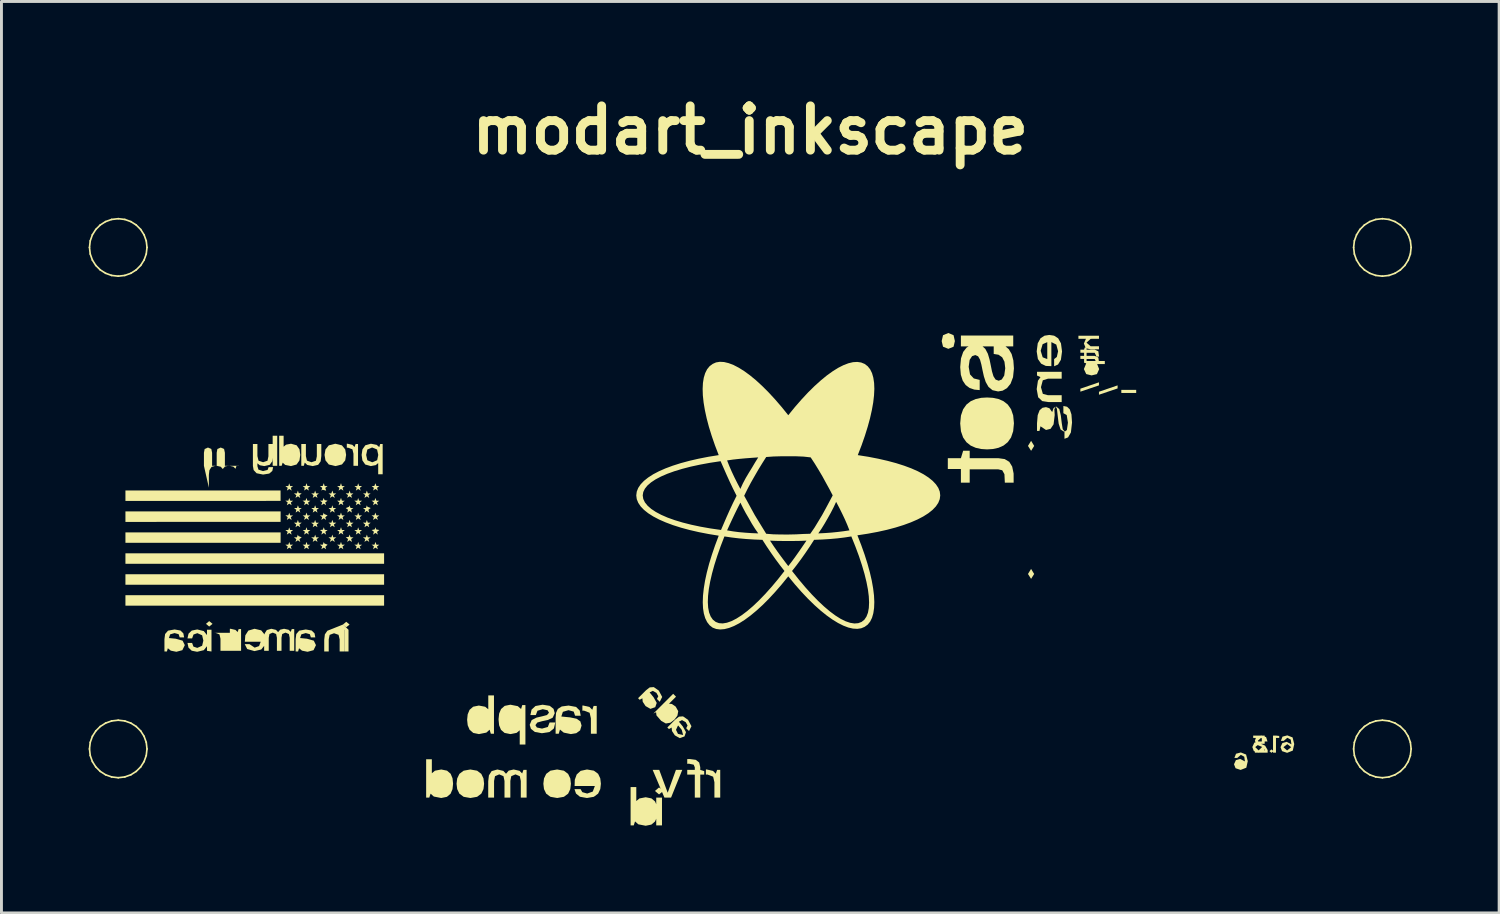
<source format=kicad_pcb>
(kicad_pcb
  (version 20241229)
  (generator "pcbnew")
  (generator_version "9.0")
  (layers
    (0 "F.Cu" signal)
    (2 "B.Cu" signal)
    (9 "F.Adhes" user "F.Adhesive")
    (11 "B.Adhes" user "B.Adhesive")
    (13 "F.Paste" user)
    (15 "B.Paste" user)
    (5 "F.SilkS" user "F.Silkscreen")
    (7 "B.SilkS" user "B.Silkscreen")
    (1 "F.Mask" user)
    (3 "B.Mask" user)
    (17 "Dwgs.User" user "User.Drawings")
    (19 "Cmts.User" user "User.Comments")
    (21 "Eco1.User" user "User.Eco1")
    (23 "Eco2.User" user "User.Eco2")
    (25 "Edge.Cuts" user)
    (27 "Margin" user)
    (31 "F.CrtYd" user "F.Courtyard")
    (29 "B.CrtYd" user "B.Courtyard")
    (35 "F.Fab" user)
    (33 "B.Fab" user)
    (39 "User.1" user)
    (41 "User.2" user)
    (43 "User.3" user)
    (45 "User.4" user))
  (footprint "modart_inkscape"
    (layer "F.Cu")
    (at 22.767 14.919)
    (property "Reference" "modart_inkscape" (at 0 -13.492 0) (layer "F.SilkS") (effects (font (size 1.524 1.524) (thickness 0.305))))
    (attr smd)
    (fp_poly (pts (xy -12.601 1.79) (xy -21.501 1.79) (xy -21.501 1.43) (xy -12.601 1.43) (xy -12.601 1.79)) (stroke (width 0) (type solid)) (fill yes) (layer "F.Mask"))
    (fp_poly (pts (xy -12.601 2.511) (xy -21.501 2.511) (xy -21.501 2.151) (xy -12.601 2.151) (xy -12.601 2.511)) (stroke (width 0) (type solid)) (fill yes) (layer "F.Mask"))
    (fp_poly (pts (xy -12.601 3.232) (xy -21.501 3.232) (xy -21.501 2.871) (xy -12.601 2.871) (xy -12.601 3.232)) (stroke (width 0) (type solid)) (fill yes) (layer "F.Mask"))
    (fp_poly (pts (xy -16.162 -0.734) (xy -16.162 -0.012) (xy -16.162 0.707) (xy -16.161 1.068) (xy -16.154 1.07) (xy -16.163 1.07) (xy -12.601 1.07) (xy -21.501 1.07) (xy -21.501 0.709) (xy -16.162 0.707) (xy -16.161 0.349) (xy -21.501 0.349) (xy -21.501 -0.011) (xy -16.162 -0.012) (xy -16.161 -0.372) (xy -21.501 -0.372) (xy -21.501 -0.732) (xy -16.162 -0.734) (xy -16.163 -1.092) (xy -21.501 -1.092) (xy -21.501 -1.453) (xy -16.161 -1.453) (xy -16.162 -0.734)) (stroke (width 0) (type solid)) (fill yes) (layer "F.Mask"))
    (fp_line (start -22.738 -9.455) (end -22.712 -9.682) (stroke (width 0.057) (type solid)) (layer "F.SilkS"))
    (fp_line (start -22.738 7.801) (end -22.712 7.574) (stroke (width 0.057) (type solid)) (layer "F.SilkS"))
    (fp_line (start -22.712 -9.682) (end -22.638 -9.89) (stroke (width 0.057) (type solid)) (layer "F.SilkS"))
    (fp_line (start -22.712 -9.228) (end -22.738 -9.455) (stroke (width 0.057) (type solid)) (layer "F.SilkS"))
    (fp_line (start -22.712 7.574) (end -22.638 7.366) (stroke (width 0.057) (type solid)) (layer "F.SilkS"))
    (fp_line (start -22.712 8.028) (end -22.738 7.801) (stroke (width 0.057) (type solid)) (layer "F.SilkS"))
    (fp_line (start -22.638 -9.89) (end -22.521 -10.074) (stroke (width 0.057) (type solid)) (layer "F.SilkS"))
    (fp_line (start -22.638 -9.02) (end -22.712 -9.228) (stroke (width 0.057) (type solid)) (layer "F.SilkS"))
    (fp_line (start -22.638 7.366) (end -22.521 7.182) (stroke (width 0.057) (type solid)) (layer "F.SilkS"))
    (fp_line (start -22.638 8.236) (end -22.712 8.028) (stroke (width 0.057) (type solid)) (layer "F.SilkS"))
    (fp_line (start -22.521 -10.074) (end -22.368 -10.227) (stroke (width 0.057) (type solid)) (layer "F.SilkS"))
    (fp_line (start -22.521 -8.836) (end -22.638 -9.02) (stroke (width 0.057) (type solid)) (layer "F.SilkS"))
    (fp_line (start -22.521 7.182) (end -22.368 7.029) (stroke (width 0.057) (type solid)) (layer "F.SilkS"))
    (fp_line (start -22.521 8.42) (end -22.638 8.236) (stroke (width 0.057) (type solid)) (layer "F.SilkS"))
    (fp_line (start -22.368 -10.227) (end -22.184 -10.344) (stroke (width 0.057) (type solid)) (layer "F.SilkS"))
    (fp_line (start -22.368 -8.683) (end -22.521 -8.836) (stroke (width 0.057) (type solid)) (layer "F.SilkS"))
    (fp_line (start -22.368 7.029) (end -22.184 6.912) (stroke (width 0.057) (type solid)) (layer "F.SilkS"))
    (fp_line (start -22.368 8.573) (end -22.521 8.42) (stroke (width 0.057) (type solid)) (layer "F.SilkS"))
    (fp_line (start -22.184 -10.344) (end -21.976 -10.418) (stroke (width 0.057) (type solid)) (layer "F.SilkS"))
    (fp_line (start -22.184 -8.566) (end -22.368 -8.683) (stroke (width 0.057) (type solid)) (layer "F.SilkS"))
    (fp_line (start -22.184 6.912) (end -21.976 6.838) (stroke (width 0.057) (type solid)) (layer "F.SilkS"))
    (fp_line (start -22.184 8.69) (end -22.368 8.573) (stroke (width 0.057) (type solid)) (layer "F.SilkS"))
    (fp_line (start -21.976 -10.418) (end -21.749 -10.444) (stroke (width 0.057) (type solid)) (layer "F.SilkS"))
    (fp_line (start -21.976 -8.492) (end -22.184 -8.566) (stroke (width 0.057) (type solid)) (layer "F.SilkS"))
    (fp_line (start -21.976 6.838) (end -21.749 6.812) (stroke (width 0.057) (type solid)) (layer "F.SilkS"))
    (fp_line (start -21.976 8.764) (end -22.184 8.69) (stroke (width 0.057) (type solid)) (layer "F.SilkS"))
    (fp_line (start -21.749 -10.444) (end -21.522 -10.418) (stroke (width 0.057) (type solid)) (layer "F.SilkS"))
    (fp_line (start -21.749 -8.466) (end -21.976 -8.492) (stroke (width 0.057) (type solid)) (layer "F.SilkS"))
    (fp_line (start -21.749 6.812) (end -21.522 6.838) (stroke (width 0.057) (type solid)) (layer "F.SilkS"))
    (fp_line (start -21.749 8.791) (end -21.976 8.764) (stroke (width 0.057) (type solid)) (layer "F.SilkS"))
    (fp_line (start -21.522 -10.418) (end -21.314 -10.344) (stroke (width 0.057) (type solid)) (layer "F.SilkS"))
    (fp_line (start -21.522 -8.492) (end -21.749 -8.466) (stroke (width 0.057) (type solid)) (layer "F.SilkS"))
    (fp_line (start -21.522 6.838) (end -21.314 6.912) (stroke (width 0.057) (type solid)) (layer "F.SilkS"))
    (fp_line (start -21.522 8.764) (end -21.749 8.791) (stroke (width 0.057) (type solid)) (layer "F.SilkS"))
    (fp_line (start -21.314 -10.344) (end -21.13 -10.227) (stroke (width 0.057) (type solid)) (layer "F.SilkS"))
    (fp_line (start -21.314 -8.566) (end -21.522 -8.492) (stroke (width 0.057) (type solid)) (layer "F.SilkS"))
    (fp_line (start -21.314 6.912) (end -21.13 7.029) (stroke (width 0.057) (type solid)) (layer "F.SilkS"))
    (fp_line (start -21.314 8.69) (end -21.522 8.764) (stroke (width 0.057) (type solid)) (layer "F.SilkS"))
    (fp_line (start -21.13 -10.227) (end -20.977 -10.074) (stroke (width 0.057) (type solid)) (layer "F.SilkS"))
    (fp_line (start -21.13 -8.683) (end -21.314 -8.566) (stroke (width 0.057) (type solid)) (layer "F.SilkS"))
    (fp_line (start -21.13 7.029) (end -20.977 7.182) (stroke (width 0.057) (type solid)) (layer "F.SilkS"))
    (fp_line (start -21.13 8.573) (end -21.314 8.69) (stroke (width 0.057) (type solid)) (layer "F.SilkS"))
    (fp_line (start -20.977 -10.074) (end -20.86 -9.89) (stroke (width 0.057) (type solid)) (layer "F.SilkS"))
    (fp_line (start -20.977 -8.836) (end -21.13 -8.683) (stroke (width 0.057) (type solid)) (layer "F.SilkS"))
    (fp_line (start -20.977 7.182) (end -20.86 7.366) (stroke (width 0.057) (type solid)) (layer "F.SilkS"))
    (fp_line (start -20.977 8.42) (end -21.13 8.573) (stroke (width 0.057) (type solid)) (layer "F.SilkS"))
    (fp_line (start -20.86 -9.89) (end -20.785 -9.682) (stroke (width 0.057) (type solid)) (layer "F.SilkS"))
    (fp_line (start -20.86 -9.02) (end -20.977 -8.836) (stroke (width 0.057) (type solid)) (layer "F.SilkS"))
    (fp_line (start -20.86 7.366) (end -20.785 7.574) (stroke (width 0.057) (type solid)) (layer "F.SilkS"))
    (fp_line (start -20.86 8.236) (end -20.977 8.42) (stroke (width 0.057) (type solid)) (layer "F.SilkS"))
    (fp_line (start -20.785 -9.682) (end -20.759 -9.455) (stroke (width 0.057) (type solid)) (layer "F.SilkS"))
    (fp_line (start -20.785 -9.228) (end -20.86 -9.02) (stroke (width 0.057) (type solid)) (layer "F.SilkS"))
    (fp_line (start -20.785 7.574) (end -20.759 7.801) (stroke (width 0.057) (type solid)) (layer "F.SilkS"))
    (fp_line (start -20.785 8.028) (end -20.86 8.236) (stroke (width 0.057) (type solid)) (layer "F.SilkS"))
    (fp_line (start -20.759 -9.455) (end -20.785 -9.228) (stroke (width 0.057) (type solid)) (layer "F.SilkS"))
    (fp_line (start -20.759 7.801) (end -20.785 8.028) (stroke (width 0.057) (type solid)) (layer "F.SilkS"))
    (fp_line (start 20.759 -9.455) (end 20.785 -9.682) (stroke (width 0.057) (type solid)) (layer "F.SilkS"))
    (fp_line (start 20.759 7.801) (end 20.785 7.574) (stroke (width 0.057) (type solid)) (layer "F.SilkS"))
    (fp_line (start 20.785 -9.682) (end 20.86 -9.89) (stroke (width 0.057) (type solid)) (layer "F.SilkS"))
    (fp_line (start 20.785 -9.228) (end 20.759 -9.455) (stroke (width 0.057) (type solid)) (layer "F.SilkS"))
    (fp_line (start 20.785 7.574) (end 20.86 7.366) (stroke (width 0.057) (type solid)) (layer "F.SilkS"))
    (fp_line (start 20.785 8.028) (end 20.759 7.801) (stroke (width 0.057) (type solid)) (layer "F.SilkS"))
    (fp_line (start 20.86 -9.89) (end 20.977 -10.074) (stroke (width 0.057) (type solid)) (layer "F.SilkS"))
    (fp_line (start 20.86 -9.02) (end 20.785 -9.228) (stroke (width 0.057) (type solid)) (layer "F.SilkS"))
    (fp_line (start 20.86 7.366) (end 20.977 7.182) (stroke (width 0.057) (type solid)) (layer "F.SilkS"))
    (fp_line (start 20.86 8.236) (end 20.785 8.028) (stroke (width 0.057) (type solid)) (layer "F.SilkS"))
    (fp_line (start 20.977 -10.074) (end 21.13 -10.227) (stroke (width 0.057) (type solid)) (layer "F.SilkS"))
    (fp_line (start 20.977 -8.836) (end 20.86 -9.02) (stroke (width 0.057) (type solid)) (layer "F.SilkS"))
    (fp_line (start 20.977 7.182) (end 21.13 7.029) (stroke (width 0.057) (type solid)) (layer "F.SilkS"))
    (fp_line (start 20.977 8.42) (end 20.86 8.236) (stroke (width 0.057) (type solid)) (layer "F.SilkS"))
    (fp_line (start 21.13 -10.227) (end 21.314 -10.344) (stroke (width 0.057) (type solid)) (layer "F.SilkS"))
    (fp_line (start 21.13 -8.683) (end 20.977 -8.836) (stroke (width 0.057) (type solid)) (layer "F.SilkS"))
    (fp_line (start 21.13 7.029) (end 21.314 6.912) (stroke (width 0.057) (type solid)) (layer "F.SilkS"))
    (fp_line (start 21.13 8.573) (end 20.977 8.42) (stroke (width 0.057) (type solid)) (layer "F.SilkS"))
    (fp_line (start 21.314 -10.344) (end 21.522 -10.418) (stroke (width 0.057) (type solid)) (layer "F.SilkS"))
    (fp_line (start 21.314 -8.566) (end 21.13 -8.683) (stroke (width 0.057) (type solid)) (layer "F.SilkS"))
    (fp_line (start 21.314 6.912) (end 21.522 6.838) (stroke (width 0.057) (type solid)) (layer "F.SilkS"))
    (fp_line (start 21.314 8.69) (end 21.13 8.573) (stroke (width 0.057) (type solid)) (layer "F.SilkS"))
    (fp_line (start 21.522 -10.418) (end 21.749 -10.444) (stroke (width 0.057) (type solid)) (layer "F.SilkS"))
    (fp_line (start 21.522 -8.492) (end 21.314 -8.566) (stroke (width 0.057) (type solid)) (layer "F.SilkS"))
    (fp_line (start 21.522 6.838) (end 21.749 6.812) (stroke (width 0.057) (type solid)) (layer "F.SilkS"))
    (fp_line (start 21.522 8.764) (end 21.314 8.69) (stroke (width 0.057) (type solid)) (layer "F.SilkS"))
    (fp_line (start 21.749 -10.444) (end 21.976 -10.418) (stroke (width 0.057) (type solid)) (layer "F.SilkS"))
    (fp_line (start 21.749 -8.466) (end 21.522 -8.492) (stroke (width 0.057) (type solid)) (layer "F.SilkS"))
    (fp_line (start 21.749 6.812) (end 21.976 6.838) (stroke (width 0.057) (type solid)) (layer "F.SilkS"))
    (fp_line (start 21.749 8.791) (end 21.522 8.764) (stroke (width 0.057) (type solid)) (layer "F.SilkS"))
    (fp_line (start 21.976 -10.418) (end 22.184 -10.344) (stroke (width 0.057) (type solid)) (layer "F.SilkS"))
    (fp_line (start 21.976 -8.492) (end 21.749 -8.466) (stroke (width 0.057) (type solid)) (layer "F.SilkS"))
    (fp_line (start 21.976 6.838) (end 22.184 6.912) (stroke (width 0.057) (type solid)) (layer "F.SilkS"))
    (fp_line (start 21.976 8.764) (end 21.749 8.791) (stroke (width 0.057) (type solid)) (layer "F.SilkS"))
    (fp_line (start 22.184 -10.344) (end 22.368 -10.227) (stroke (width 0.057) (type solid)) (layer "F.SilkS"))
    (fp_line (start 22.184 -8.566) (end 21.976 -8.492) (stroke (width 0.057) (type solid)) (layer "F.SilkS"))
    (fp_line (start 22.184 6.912) (end 22.368 7.029) (stroke (width 0.057) (type solid)) (layer "F.SilkS"))
    (fp_line (start 22.184 8.69) (end 21.976 8.764) (stroke (width 0.057) (type solid)) (layer "F.SilkS"))
    (fp_line (start 22.368 -10.227) (end 22.521 -10.074) (stroke (width 0.057) (type solid)) (layer "F.SilkS"))
    (fp_line (start 22.368 -8.683) (end 22.184 -8.566) (stroke (width 0.057) (type solid)) (layer "F.SilkS"))
    (fp_line (start 22.368 7.029) (end 22.521 7.182) (stroke (width 0.057) (type solid)) (layer "F.SilkS"))
    (fp_line (start 22.368 8.573) (end 22.184 8.69) (stroke (width 0.057) (type solid)) (layer "F.SilkS"))
    (fp_line (start 22.521 -10.074) (end 22.638 -9.89) (stroke (width 0.057) (type solid)) (layer "F.SilkS"))
    (fp_line (start 22.521 -8.836) (end 22.368 -8.683) (stroke (width 0.057) (type solid)) (layer "F.SilkS"))
    (fp_line (start 22.521 7.182) (end 22.638 7.366) (stroke (width 0.057) (type solid)) (layer "F.SilkS"))
    (fp_line (start 22.521 8.42) (end 22.368 8.573) (stroke (width 0.057) (type solid)) (layer "F.SilkS"))
    (fp_line (start 22.638 -9.89) (end 22.712 -9.682) (stroke (width 0.057) (type solid)) (layer "F.SilkS"))
    (fp_line (start 22.638 -9.02) (end 22.521 -8.836) (stroke (width 0.057) (type solid)) (layer "F.SilkS"))
    (fp_line (start 22.638 7.366) (end 22.712 7.574) (stroke (width 0.057) (type solid)) (layer "F.SilkS"))
    (fp_line (start 22.638 8.236) (end 22.521 8.42) (stroke (width 0.057) (type solid)) (layer "F.SilkS"))
    (fp_line (start 22.712 -9.682) (end 22.738 -9.455) (stroke (width 0.057) (type solid)) (layer "F.SilkS"))
    (fp_line (start 22.712 -9.228) (end 22.638 -9.02) (stroke (width 0.057) (type solid)) (layer "F.SilkS"))
    (fp_line (start 22.712 7.574) (end 22.738 7.801) (stroke (width 0.057) (type solid)) (layer "F.SilkS"))
    (fp_line (start 22.712 8.028) (end 22.638 8.236) (stroke (width 0.057) (type solid)) (layer "F.SilkS"))
    (fp_line (start 22.738 -9.455) (end 22.712 -9.228) (stroke (width 0.057) (type solid)) (layer "F.SilkS"))
    (fp_line (start 22.738 7.801) (end 22.712 8.028) (stroke (width 0.057) (type solid)) (layer "F.SilkS"))
    (fp_poly (pts (xy -15.945 -0.08) (xy -15.946 -0.081) (xy -15.945 -0.08)) (stroke (width 0) (type solid)) (fill yes) (layer "F.SilkS"))
    (fp_poly (pts (xy -15.945 0.929) (xy -15.946 0.928) (xy -15.945 0.929)) (stroke (width 0) (type solid)) (fill yes) (layer "F.SilkS"))
    (fp_poly (pts (xy -15.784 0.929) (xy -15.783 0.927) (xy -15.784 0.929)) (stroke (width 0) (type solid)) (fill yes) (layer "F.SilkS"))
    (fp_poly (pts (xy -15.054 -0.333) (xy -15.056 -0.334) (xy -15.054 -0.333)) (stroke (width 0) (type solid)) (fill yes) (layer "F.SilkS"))
    (fp_poly (pts (xy -14.384 -0.074) (xy -14.38 -0.078) (xy -14.384 -0.074)) (stroke (width 0) (type solid)) (fill yes) (layer "F.SilkS"))
    (fp_poly (pts (xy -14.082 -1.336) (xy -14.086 -1.34) (xy -14.082 -1.336)) (stroke (width 0) (type solid)) (fill yes) (layer "F.SilkS"))
    (fp_poly (pts (xy -14.082 -0.327) (xy -14.086 -0.331) (xy -14.082 -0.327)) (stroke (width 0) (type solid)) (fill yes) (layer "F.SilkS"))
    (fp_poly (pts (xy -14.082 0.682) (xy -14.086 0.678) (xy -14.082 0.682)) (stroke (width 0) (type solid)) (fill yes) (layer "F.SilkS"))
    (fp_poly (pts (xy -13.572 -0.08) (xy -13.573 -0.081) (xy -13.572 -0.08)) (stroke (width 0) (type solid)) (fill yes) (layer "F.SilkS"))
    (fp_poly (pts (xy -13.572 -1.089) (xy -13.573 -1.09) (xy -13.572 -1.089)) (stroke (width 0) (type solid)) (fill yes) (layer "F.SilkS"))
    (fp_poly (pts (xy -13.411 -0.08) (xy -13.409 -0.082) (xy -13.411 -0.08)) (stroke (width 0) (type solid)) (fill yes) (layer "F.SilkS"))
    (fp_poly (pts (xy -14.164 -0.586) (xy -14.167 -0.582) (xy -14.166 -0.588) (xy -14.164 -0.586)) (stroke (width 0) (type solid)) (fill yes) (layer "F.SilkS"))
    (fp_poly (pts (xy -16.162 -0.012) (xy -21.501 -0.011) (xy -21.501 -0.372) (xy -16.161 -0.372) (xy -16.162 -0.012)) (stroke (width 0) (type solid)) (fill yes) (layer "F.SilkS"))
    (fp_poly (pts (xy -16.162 -0.734) (xy -21.501 -0.732) (xy -21.501 -1.092) (xy -16.163 -1.092) (xy -16.162 -0.734)) (stroke (width 0) (type solid)) (fill yes) (layer "F.SilkS"))
    (fp_poly (pts (xy -16.162 0.707) (xy -21.501 0.709) (xy -21.501 0.349) (xy -16.161 0.349) (xy -16.162 0.707)) (stroke (width 0) (type solid)) (fill yes) (layer "F.SilkS"))
    (fp_poly (pts (xy -15.936 -1.095) (xy -15.947 -1.089) (xy -15.943 -1.099) (xy -15.945 -1.091) (xy -15.936 -1.095)) (stroke (width 0) (type solid)) (fill yes) (layer "F.SilkS"))
    (fp_poly (pts (xy -14.911 -0.344) (xy -14.901 -0.335) (xy -14.896 -0.343) (xy -14.894 -0.332) (xy -14.911 -0.344)) (stroke (width 0) (type solid)) (fill yes) (layer "F.SilkS"))
    (fp_poly (pts (xy -14.906 0.668) (xy -14.901 0.673) (xy -14.896 0.666) (xy -14.894 0.677) (xy -14.906 0.668)) (stroke (width 0) (type solid)) (fill yes) (layer "F.SilkS"))
    (fp_poly (pts (xy -14.31 -0.843) (xy -14.303 -0.838) (xy -14.3 -0.841) (xy -14.3 -0.835) (xy -14.31 -0.843)) (stroke (width 0) (type solid)) (fill yes) (layer "F.SilkS"))
    (fp_poly (pts (xy -14.015 -1.097) (xy -14.011 -1.093) (xy -14.005 -1.099) (xy -14.004 -1.088) (xy -14.015 -1.097)) (stroke (width 0) (type solid)) (fill yes) (layer "F.SilkS"))
    (fp_poly (pts (xy -13.419 -0.591) (xy -13.409 -0.583) (xy -13.413 -0.597) (xy -13.409 -0.582) (xy -13.419 -0.591)) (stroke (width 0) (type solid)) (fill yes) (layer "F.SilkS"))
    (fp_poly (pts (xy -13.275 -0.841) (xy -13.272 -0.838) (xy -13.266 -0.844) (xy -13.276 -0.836) (xy -13.275 -0.841)) (stroke (width 0) (type solid)) (fill yes) (layer "F.SilkS"))
    (fp_poly (pts (xy -12.601 1.43) (xy -21.501 1.43) (xy -21.501 1.07) (xy -12.601 1.07) (xy -12.601 1.43)) (stroke (width 0) (type solid)) (fill yes) (layer "F.SilkS"))
    (fp_poly (pts (xy -12.601 2.151) (xy -21.501 2.151) (xy -21.501 1.79) (xy -12.601 1.79) (xy -12.601 2.151)) (stroke (width 0) (type solid)) (fill yes) (layer "F.SilkS"))
    (fp_poly (pts (xy -12.601 2.871) (xy -21.501 2.871) (xy -21.501 2.511) (xy -12.601 2.511) (xy -12.601 2.871)) (stroke (width 0) (type solid)) (fill yes) (layer "F.SilkS"))
    (fp_poly (pts (xy -13.784 0.434) (xy -13.787 0.427) (xy -13.788 0.427) (xy -13.792 0.433) (xy -13.788 0.427) (xy -13.787 0.427) (xy -13.784 0.434)) (stroke (width 0) (type solid)) (fill yes) (layer "F.SilkS"))
    (fp_poly (pts (xy -14.545 -0.236) (xy -14.625 -0.173) (xy -14.596 -0.078) (xy -14.676 -0.135) (xy -14.761 -0.078) (xy -14.731 -0.174) (xy -14.811 -0.236) (xy -14.71 -0.237) (xy -14.676 -0.331) (xy -14.66 -0.281) (xy -14.545 -0.236)) (stroke (width 0) (type solid)) (fill yes) (layer "F.SilkS"))
    (fp_poly (pts (xy -13.545 0.328) (xy -13.625 0.268) (xy -13.522 0.268) (xy -13.494 0.175) (xy -13.46 0.268) (xy -13.358 0.269) (xy -13.438 0.332) (xy -13.409 0.425) (xy -13.492 0.37) (xy -13.574 0.425) (xy -13.545 0.328)) (stroke (width 0) (type solid)) (fill yes) (layer "F.SilkS"))
    (fp_poly (pts (xy -13.061 -0.488) (xy -13.142 -0.429) (xy -13.112 -0.33) (xy -13.2 -0.388) (xy -13.277 -0.332) (xy -13.248 -0.427) (xy -13.328 -0.488) (xy -13.226 -0.489) (xy -13.193 -0.583) (xy -13.177 -0.534) (xy -13.061 -0.488)) (stroke (width 0) (type solid)) (fill yes) (layer "F.SilkS"))
    (fp_poly (pts (xy -15.437 0.016) (xy -15.515 0.079) (xy -15.485 0.174) (xy -15.57 0.117) (xy -15.651 0.172) (xy -15.622 0.079) (xy -15.69 0.027) (xy -15.699 0.016) (xy -15.6 0.016) (xy -15.567 -0.079) (xy -15.534 0.016) (xy -15.437 0.016)) (stroke (width 0) (type solid)) (fill yes) (layer "F.SilkS"))
    (fp_poly (pts (xy -15.435 -0.488) (xy -15.516 -0.429) (xy -15.485 -0.33) (xy -15.566 -0.387) (xy -15.637 -0.338) (xy -15.643 -0.335) (xy -15.621 -0.427) (xy -15.701 -0.488) (xy -15.599 -0.489) (xy -15.566 -0.583) (xy -15.531 -0.491) (xy -15.435 -0.488)) (stroke (width 0) (type solid)) (fill yes) (layer "F.SilkS"))
    (fp_poly (pts (xy -15.272 0.37) (xy -15.354 0.426) (xy -15.325 0.327) (xy -15.402 0.268) (xy -15.303 0.268) (xy -15.272 0.173) (xy -15.24 0.268) (xy -15.139 0.268) (xy -15.177 0.3) (xy -15.218 0.332) (xy -15.19 0.425) (xy -15.272 0.37)) (stroke (width 0) (type solid)) (fill yes) (layer "F.SilkS"))
    (fp_poly (pts (xy -14.544 -0.74) (xy -14.626 -0.682) (xy -14.596 -0.582) (xy -14.676 -0.639) (xy -14.761 -0.583) (xy -14.731 -0.683) (xy -14.81 -0.741) (xy -14.717 -0.741) (xy -14.677 -0.836) (xy -14.66 -0.786) (xy -14.652 -0.762) (xy -14.544 -0.74)) (stroke (width 0) (type solid)) (fill yes) (layer "F.SilkS"))
    (fp_poly (pts (xy -14.248 -0.488) (xy -14.329 -0.428) (xy -14.299 -0.332) (xy -14.343 -0.361) (xy -14.382 -0.387) (xy -14.464 -0.331) (xy -14.435 -0.424) (xy -14.514 -0.488) (xy -14.413 -0.489) (xy -14.382 -0.583) (xy -14.35 -0.489) (xy -14.248 -0.488)) (stroke (width 0) (type solid)) (fill yes) (layer "F.SilkS"))
    (fp_poly (pts (xy -13.654 -0.488) (xy -13.736 -0.43) (xy -13.706 -0.332) (xy -13.79 -0.387) (xy -13.871 -0.331) (xy -13.841 -0.43) (xy -13.883 -0.457) (xy -13.921 -0.488) (xy -13.806 -0.533) (xy -13.79 -0.583) (xy -13.756 -0.489) (xy -13.654 -0.488)) (stroke (width 0) (type solid)) (fill yes) (layer "F.SilkS"))
    (fp_poly (pts (xy -13.358 0.774) (xy -13.439 0.833) (xy -13.409 0.93) (xy -13.424 0.922) (xy -13.492 0.874) (xy -13.574 0.93) (xy -13.545 0.834) (xy -13.623 0.773) (xy -13.524 0.773) (xy -13.49 0.679) (xy -13.459 0.773) (xy -13.358 0.774)) (stroke (width 0) (type solid)) (fill yes) (layer "F.SilkS"))
    (fp_poly (pts (xy -13.062 0.521) (xy -13.143 0.58) (xy -13.112 0.679) (xy -13.152 0.65) (xy -13.193 0.622) (xy -13.277 0.676) (xy -13.248 0.585) (xy -13.327 0.521) (xy -13.226 0.52) (xy -13.193 0.426) (xy -13.162 0.52) (xy -13.062 0.521)) (stroke (width 0) (type solid)) (fill yes) (layer "F.SilkS"))
    (fp_poly (pts (xy -15.945 -0.08) (xy -15.946 -0.081) (xy -15.918 -0.176) (xy -15.997 -0.236) (xy -15.897 -0.237) (xy -15.865 -0.327) (xy -15.832 -0.236) (xy -15.731 -0.235) (xy -15.811 -0.176) (xy -15.782 -0.079) (xy -15.798 -0.086) (xy -15.865 -0.135) (xy -15.945 -0.08)) (stroke (width 0) (type solid)) (fill yes) (layer "F.SilkS"))
    (fp_poly (pts (xy -15.731 -0.74) (xy -15.811 -0.677) (xy -15.782 -0.583) (xy -15.865 -0.639) (xy -15.947 -0.584) (xy -15.918 -0.681) (xy -15.998 -0.741) (xy -15.896 -0.741) (xy -15.865 -0.833) (xy -15.862 -0.83) (xy -15.847 -0.788) (xy -15.833 -0.741) (xy -15.731 -0.74)) (stroke (width 0) (type solid)) (fill yes) (layer "F.SilkS"))
    (fp_poly (pts (xy -15.436 -0.992) (xy -15.514 -0.93) (xy -15.486 -0.834) (xy -15.566 -0.892) (xy -15.65 -0.838) (xy -15.621 -0.93) (xy -15.681 -0.975) (xy -15.691 -0.981) (xy -15.699 -0.993) (xy -15.6 -0.993) (xy -15.567 -1.088) (xy -15.539 -1.003) (xy -15.436 -0.992)) (stroke (width 0) (type solid)) (fill yes) (layer "F.SilkS"))
    (fp_poly (pts (xy -15.435 0.521) (xy -15.516 0.58) (xy -15.485 0.679) (xy -15.566 0.622) (xy -15.608 0.65) (xy -15.65 0.676) (xy -15.621 0.585) (xy -15.701 0.521) (xy -15.6 0.52) (xy -15.576 0.446) (xy -15.566 0.426) (xy -15.55 0.475) (xy -15.435 0.521)) (stroke (width 0) (type solid)) (fill yes) (layer "F.SilkS"))
    (fp_poly (pts (xy -15.177 -0.708) (xy -15.217 -0.677) (xy -15.189 -0.585) (xy -15.272 -0.639) (xy -15.312 -0.611) (xy -15.354 -0.583) (xy -15.324 -0.682) (xy -15.405 -0.741) (xy -15.304 -0.746) (xy -15.272 -0.836) (xy -15.24 -0.741) (xy -15.138 -0.74) (xy -15.177 -0.708)) (stroke (width 0) (type solid)) (fill yes) (layer "F.SilkS"))
    (fp_poly (pts (xy -14.645 -1.245) (xy -14.545 -1.245) (xy -14.625 -1.182) (xy -14.594 -1.087) (xy -14.717 -1.118) (xy -14.735 -1.103) (xy -14.759 -1.089) (xy -14.731 -1.183) (xy -14.81 -1.244) (xy -14.71 -1.249) (xy -14.684 -1.326) (xy -14.675 -1.34) (xy -14.645 -1.245)) (stroke (width 0) (type solid)) (fill yes) (layer "F.SilkS"))
    (fp_poly (pts (xy -14.545 0.773) (xy -14.622 0.845) (xy -14.61 0.882) (xy -14.595 0.931) (xy -14.676 0.874) (xy -14.718 0.902) (xy -14.76 0.929) (xy -14.731 0.835) (xy -14.811 0.773) (xy -14.71 0.772) (xy -14.676 0.678) (xy -14.66 0.728) (xy -14.545 0.773)) (stroke (width 0) (type solid)) (fill yes) (layer "F.SilkS"))
    (fp_poly (pts (xy -14.248 0.521) (xy -14.329 0.581) (xy -14.299 0.677) (xy -14.316 0.669) (xy -14.324 0.662) (xy -14.382 0.622) (xy -14.464 0.678) (xy -14.434 0.58) (xy -14.515 0.521) (xy -14.413 0.52) (xy -14.382 0.426) (xy -14.349 0.52) (xy -14.248 0.521)) (stroke (width 0) (type solid)) (fill yes) (layer "F.SilkS"))
    (fp_poly (pts (xy -13.735 -0.93) (xy -13.706 -0.837) (xy -13.79 -0.891) (xy -13.87 -0.838) (xy -13.842 -0.935) (xy -13.882 -0.961) (xy -13.9 -0.975) (xy -13.919 -0.993) (xy -13.82 -0.994) (xy -13.787 -1.089) (xy -13.755 -0.993) (xy -13.656 -0.993) (xy -13.735 -0.93)) (stroke (width 0) (type solid)) (fill yes) (layer "F.SilkS"))
    (fp_poly (pts (xy -13.413 -0.597) (xy -13.409 -0.583) (xy -13.419 -0.591) (xy -13.492 -0.639) (xy -13.574 -0.584) (xy -13.545 -0.677) (xy -13.625 -0.741) (xy -13.522 -0.741) (xy -13.494 -0.834) (xy -13.46 -0.741) (xy -13.358 -0.74) (xy -13.438 -0.677) (xy -13.413 -0.597)) (stroke (width 0) (type solid)) (fill yes) (layer "F.SilkS"))
    (fp_poly (pts (xy -13.409 -0.082) (xy -13.411 -0.08) (xy -13.492 -0.135) (xy -13.572 -0.08) (xy -13.573 -0.081) (xy -13.544 -0.176) (xy -13.624 -0.236) (xy -13.524 -0.236) (xy -13.494 -0.328) (xy -13.459 -0.236) (xy -13.359 -0.236) (xy -13.439 -0.175) (xy -13.409 -0.082)) (stroke (width 0) (type solid)) (fill yes) (layer "F.SilkS"))
    (fp_poly (pts (xy -13.266 -0.844) (xy -13.272 -0.838) (xy -13.275 -0.841) (xy -13.248 -0.932) (xy -13.326 -0.993) (xy -13.227 -0.993) (xy -13.194 -1.088) (xy -13.16 -0.993) (xy -13.062 -0.992) (xy -13.142 -0.934) (xy -13.113 -0.834) (xy -13.193 -0.892) (xy -13.266 -0.844)) (stroke (width 0) (type solid)) (fill yes) (layer "F.SilkS"))
    (fp_poly (pts (xy -12.865 -1.246) (xy -12.765 -1.245) (xy -12.844 -1.183) (xy -12.815 -1.089) (xy -12.83 -1.094) (xy -12.899 -1.144) (xy -12.979 -1.09) (xy -12.951 -1.183) (xy -13.03 -1.245) (xy -12.937 -1.247) (xy -12.9 -1.34) (xy -12.882 -1.295) (xy -12.865 -1.246)) (stroke (width 0) (type solid)) (fill yes) (layer "F.SilkS"))
    (fp_poly (pts (xy -12.765 -0.74) (xy -12.846 -0.683) (xy -12.816 -0.585) (xy -12.842 -0.6) (xy -12.86 -0.614) (xy -12.9 -0.64) (xy -12.981 -0.583) (xy -12.951 -0.682) (xy -13.032 -0.74) (xy -12.932 -0.745) (xy -12.899 -0.836) (xy -12.867 -0.741) (xy -12.765 -0.74)) (stroke (width 0) (type solid)) (fill yes) (layer "F.SilkS"))
    (fp_poly (pts (xy -12.765 -0.235) (xy -12.845 -0.174) (xy -12.816 -0.08) (xy -12.83 -0.086) (xy -12.857 -0.107) (xy -12.895 -0.134) (xy -12.981 -0.078) (xy -12.952 -0.175) (xy -13.031 -0.236) (xy -12.935 -0.239) (xy -12.9 -0.331) (xy -12.866 -0.236) (xy -12.765 -0.235)) (stroke (width 0) (type solid)) (fill yes) (layer "F.SilkS"))
    (fp_poly (pts (xy -15.731 0.269) (xy -15.811 0.332) (xy -15.782 0.426) (xy -15.865 0.37) (xy -15.905 0.397) (xy -15.948 0.425) (xy -15.918 0.332) (xy -15.998 0.268) (xy -15.896 0.268) (xy -15.881 0.221) (xy -15.874 0.199) (xy -15.865 0.178) (xy -15.833 0.268) (xy -15.731 0.269)) (stroke (width 0) (type solid)) (fill yes) (layer "F.SilkS"))
    (fp_poly (pts (xy -14.896 0.666) (xy -14.901 0.673) (xy -14.906 0.668) (xy -14.943 0.643) (xy -14.974 0.622) (xy -15.057 0.677) (xy -15.028 0.581) (xy -15.108 0.521) (xy -15.006 0.52) (xy -14.972 0.428) (xy -14.942 0.52) (xy -14.841 0.521) (xy -14.922 0.58) (xy -14.896 0.666)) (stroke (width 0) (type solid)) (fill yes) (layer "F.SilkS"))
    (fp_poly (pts (xy -14.882 -0.961) (xy -14.921 -0.93) (xy -14.892 -0.836) (xy -14.974 -0.892) (xy -15.057 -0.836) (xy -15.028 -0.93) (xy -15.066 -0.961) (xy -15.088 -0.975) (xy -15.106 -0.993) (xy -15.007 -0.993) (xy -14.974 -1.087) (xy -14.941 -0.993) (xy -14.843 -0.992) (xy -14.882 -0.961)) (stroke (width 0) (type solid)) (fill yes) (layer "F.SilkS"))
    (fp_poly (pts (xy -14.384 -0.074) (xy -14.38 -0.078) (xy -14.348 0.016) (xy -14.25 0.016) (xy -14.256 0.025) (xy -14.328 0.079) (xy -14.299 0.173) (xy -14.382 0.117) (xy -14.464 0.173) (xy -14.435 0.079) (xy -14.474 0.048) (xy -14.513 0.016) (xy -14.414 0.016) (xy -14.384 -0.074)) (stroke (width 0) (type solid)) (fill yes) (layer "F.SilkS"))
    (fp_poly (pts (xy -14.138 0.328) (xy -14.217 0.268) (xy -14.116 0.268) (xy -14.089 0.183) (xy -14.082 0.175) (xy -14.052 0.268) (xy -13.954 0.268) (xy -13.993 0.302) (xy -14.032 0.328) (xy -14.002 0.426) (xy -14.084 0.37) (xy -14.125 0.397) (xy -14.167 0.425) (xy -14.138 0.328)) (stroke (width 0) (type solid)) (fill yes) (layer "F.SilkS"))
    (fp_poly (pts (xy -14.082 0.682) (xy -14.052 0.773) (xy -13.952 0.773) (xy -14.032 0.833) (xy -14.003 0.931) (xy -14.084 0.874) (xy -14.107 0.889) (xy -14.164 0.928) (xy -14.167 0.929) (xy -14.138 0.833) (xy -14.217 0.773) (xy -14.117 0.772) (xy -14.086 0.678) (xy -14.082 0.682)) (stroke (width 0) (type solid)) (fill yes) (layer "F.SilkS"))
    (fp_poly (pts (xy -12.895 0.369) (xy -12.94 0.398) (xy -12.971 0.422) (xy -12.98 0.426) (xy -12.965 0.376) (xy -12.951 0.327) (xy -13.032 0.268) (xy -12.923 0.247) (xy -12.899 0.173) (xy -12.872 0.248) (xy -12.765 0.268) (xy -12.845 0.332) (xy -12.815 0.426) (xy -12.895 0.369)) (stroke (width 0) (type solid)) (fill yes) (layer "F.SilkS"))
    (fp_poly (pts (xy -12.765 0.774) (xy -12.845 0.835) (xy -12.816 0.929) (xy -12.832 0.921) (xy -12.84 0.914) (xy -12.899 0.874) (xy -12.981 0.931) (xy -12.951 0.832) (xy -13.031 0.773) (xy -12.93 0.773) (xy -12.9 0.678) (xy -12.881 0.726) (xy -12.865 0.773) (xy -12.765 0.774)) (stroke (width 0) (type solid)) (fill yes) (layer "F.SilkS"))
    (fp_poly (pts (xy -15.783 0.927) (xy -15.784 0.929) (xy -15.865 0.874) (xy -15.904 0.901) (xy -15.945 0.929) (xy -15.946 0.928) (xy -15.917 0.833) (xy -15.957 0.805) (xy -15.997 0.773) (xy -15.897 0.772) (xy -15.863 0.679) (xy -15.832 0.773) (xy -15.732 0.773) (xy -15.812 0.833) (xy -15.783 0.927)) (stroke (width 0) (type solid)) (fill yes) (layer "F.SilkS"))
    (fp_poly (pts (xy -15.218 0.835) (xy -15.189 0.929) (xy -15.205 0.921) (xy -15.272 0.874) (xy -15.352 0.927) (xy -15.337 0.876) (xy -15.326 0.842) (xy -15.368 0.803) (xy -15.404 0.773) (xy -15.303 0.773) (xy -15.273 0.678) (xy -15.262 0.702) (xy -15.239 0.773) (xy -15.138 0.774) (xy -15.218 0.835)) (stroke (width 0) (type solid)) (fill yes) (layer "F.SilkS"))
    (fp_poly (pts (xy -15.138 -0.235) (xy -15.218 -0.174) (xy -15.189 -0.08) (xy -15.205 -0.087) (xy -15.214 -0.094) (xy -15.272 -0.135) (xy -15.331 -0.093) (xy -15.352 -0.081) (xy -15.325 -0.175) (xy -15.404 -0.236) (xy -15.304 -0.236) (xy -15.273 -0.331) (xy -15.254 -0.283) (xy -15.239 -0.236) (xy -15.138 -0.235)) (stroke (width 0) (type solid)) (fill yes) (layer "F.SilkS"))
    (fp_poly (pts (xy -14.896 -0.343) (xy -14.901 -0.335) (xy -14.911 -0.344) (xy -14.975 -0.388) (xy -15.054 -0.333) (xy -15.056 -0.334) (xy -15.028 -0.428) (xy -15.108 -0.488) (xy -15.006 -0.489) (xy -14.981 -0.568) (xy -14.971 -0.578) (xy -14.941 -0.489) (xy -14.841 -0.487) (xy -14.922 -0.428) (xy -14.896 -0.343)) (stroke (width 0) (type solid)) (fill yes) (layer "F.SilkS"))
    (fp_poly (pts (xy -14.164 -0.586) (xy -14.166 -0.588) (xy -14.138 -0.681) (xy -14.176 -0.707) (xy -14.214 -0.741) (xy -14.12 -0.742) (xy -14.089 -0.825) (xy -14.082 -0.834) (xy -14.053 -0.741) (xy -13.951 -0.74) (xy -14.032 -0.681) (xy -14.003 -0.585) (xy -14.045 -0.613) (xy -14.084 -0.639) (xy -14.164 -0.586)) (stroke (width 0) (type solid)) (fill yes) (layer "F.SilkS"))
    (fp_poly (pts (xy -14.082 -1.336) (xy -14.052 -1.245) (xy -13.952 -1.245) (xy -14.031 -1.183) (xy -14.005 -1.099) (xy -14.011 -1.093) (xy -14.015 -1.097) (xy -14.084 -1.144) (xy -14.167 -1.088) (xy -14.137 -1.184) (xy -14.177 -1.213) (xy -14.217 -1.244) (xy -14.117 -1.246) (xy -14.086 -1.34) (xy -14.082 -1.336)) (stroke (width 0) (type solid)) (fill yes) (layer "F.SilkS"))
    (fp_poly (pts (xy -14.082 -0.327) (xy -14.052 -0.236) (xy -13.952 -0.236) (xy -13.958 -0.229) (xy -13.972 -0.218) (xy -13.992 -0.205) (xy -14.029 -0.176) (xy -14.003 -0.078) (xy -14.084 -0.135) (xy -14.167 -0.08) (xy -14.138 -0.175) (xy -14.218 -0.236) (xy -14.117 -0.237) (xy -14.086 -0.331) (xy -14.082 -0.327)) (stroke (width 0) (type solid)) (fill yes) (layer "F.SilkS"))
    (fp_poly (pts (xy -13.784 0.434) (xy -13.754 0.517) (xy -13.655 0.521) (xy -13.736 0.579) (xy -13.705 0.679) (xy -13.79 0.622) (xy -13.871 0.678) (xy -13.841 0.579) (xy -13.92 0.52) (xy -13.813 0.5) (xy -13.807 0.479) (xy -13.792 0.433) (xy -13.788 0.427) (xy -13.787 0.427) (xy -13.784 0.434)) (stroke (width 0) (type solid)) (fill yes) (layer "F.SilkS"))
    (fp_poly (pts (xy -13.572 -1.089) (xy -13.573 -1.09) (xy -13.543 -1.185) (xy -13.623 -1.245) (xy -13.524 -1.245) (xy -13.493 -1.339) (xy -13.459 -1.246) (xy -13.359 -1.245) (xy -13.378 -1.229) (xy -13.437 -1.183) (xy -13.408 -1.088) (xy -13.422 -1.094) (xy -13.452 -1.117) (xy -13.492 -1.144) (xy -13.572 -1.089)) (stroke (width 0) (type solid)) (fill yes) (layer "F.SilkS"))
    (fp_poly (pts (xy -15.936 -1.095) (xy -15.945 -1.091) (xy -15.943 -1.099) (xy -15.917 -1.183) (xy -15.958 -1.213) (xy -15.985 -1.234) (xy -15.997 -1.245) (xy -15.897 -1.245) (xy -15.866 -1.339) (xy -15.832 -1.245) (xy -15.732 -1.245) (xy -15.751 -1.229) (xy -15.81 -1.183) (xy -15.781 -1.088) (xy -15.865 -1.144) (xy -15.936 -1.095)) (stroke (width 0) (type solid)) (fill yes) (layer "F.SilkS"))
    (fp_poly (pts (xy -14.3 -0.841) (xy -14.303 -0.838) (xy -14.31 -0.843) (xy -14.382 -0.892) (xy -14.464 -0.836) (xy -14.435 -0.93) (xy -14.513 -0.993) (xy -14.415 -0.993) (xy -14.384 -1.087) (xy -14.375 -1.075) (xy -14.371 -1.063) (xy -14.348 -0.993) (xy -14.249 -0.993) (xy -14.256 -0.984) (xy -14.328 -0.93) (xy -14.3 -0.841)) (stroke (width 0) (type solid)) (fill yes) (layer "F.SilkS"))
    (fp_poly (pts (xy -14.843 0.017) (xy -14.881 0.049) (xy -14.921 0.079) (xy -14.892 0.173) (xy -14.935 0.145) (xy -14.974 0.118) (xy -15.016 0.147) (xy -15.057 0.173) (xy -15.029 0.076) (xy -15.098 0.027) (xy -15.106 0.016) (xy -15.008 0.016) (xy -14.984 -0.054) (xy -14.975 -0.072) (xy -14.972 -0.075) (xy -14.941 0.016) (xy -14.843 0.017)) (stroke (width 0) (type solid)) (fill yes) (layer "F.SilkS"))
    (fp_poly (pts (xy -13.657 0.016) (xy -13.663 0.025) (xy -13.697 0.049) (xy -13.735 0.079) (xy -13.707 0.172) (xy -13.73 0.157) (xy -13.79 0.118) (xy -13.829 0.145) (xy -13.87 0.171) (xy -13.842 0.079) (xy -13.919 0.016) (xy -13.82 0.015) (xy -13.791 -0.078) (xy -13.782 -0.068) (xy -13.778 -0.055) (xy -13.755 0.016) (xy -13.657 0.016)) (stroke (width 0) (type solid)) (fill yes) (layer "F.SilkS"))
    (fp_poly (pts (xy -13.324 0.021) (xy -13.319 0.024) (xy -13.312 0.03) (xy -13.307 0.033) (xy -13.3 0.038) (xy -13.295 0.042) (xy -13.293 0.045) (xy -13.295 0.042) (xy -13.3 0.038) (xy -13.307 0.033) (xy -13.312 0.03) (xy -13.319 0.024) (xy -13.324 0.021) (xy -13.325 0.017) (xy -13.227 0.016) (xy -13.312 0.016) (xy -13.324 0.021)) (stroke (width 0) (type solid)) (fill yes) (layer "F.SilkS"))
    (fp_poly (pts (xy -15.238 -1.246) (xy -15.138 -1.245) (xy -15.217 -1.183) (xy -15.188 -1.089) (xy -15.229 -1.116) (xy -15.25 -1.128) (xy -15.254 -1.132) (xy -15.257 -1.134) (xy -15.272 -1.144) (xy -15.352 -1.09) (xy -15.327 -1.186) (xy -15.383 -1.228) (xy -15.404 -1.245) (xy -15.304 -1.245) (xy -15.273 -1.339) (xy -15.267 -1.332) (xy -15.263 -1.32) (xy -15.238 -1.246)) (stroke (width 0) (type solid)) (fill yes) (layer "F.SilkS"))
    (fp_poly (pts (xy -14.6 0.426) (xy -14.605 0.421) (xy -14.61 0.417) (xy -14.62 0.41) (xy -14.676 0.37) (xy -14.761 0.425) (xy -14.731 0.326) (xy -14.81 0.268) (xy -14.706 0.257) (xy -14.703 0.245) (xy -14.677 0.173) (xy -14.643 0.264) (xy -14.544 0.269) (xy -14.583 0.298) (xy -14.624 0.327) (xy -14.61 0.376) (xy -14.595 0.42) (xy -14.6 0.426)) (stroke (width 0) (type solid)) (fill yes) (layer "F.SilkS"))
    (fp_poly (pts (xy -13.293 0.045) (xy -13.295 0.042) (xy -13.3 0.038) (xy -13.307 0.033) (xy -13.312 0.03) (xy -13.319 0.024) (xy -13.324 0.021) (xy -13.312 0.016) (xy -13.227 0.016) (xy -13.194 -0.079) (xy -13.16 0.016) (xy -13.064 0.016) (xy -13.085 0.036) (xy -13.141 0.079) (xy -13.113 0.174) (xy -13.193 0.117) (xy -13.234 0.144) (xy -13.277 0.172) (xy -13.248 0.079) (xy -13.293 0.045)) (stroke (width 0) (type solid)) (fill yes) (layer "F.SilkS"))
    (fp_poly (pts (xy -2.855 7.062) (xy -2.495 7.009) (xy -2.557 7.144) (xy -2.489 7.283) (xy -2.312 7.321) (xy -2.359 7.145) (xy -2.48 6.994) (xy -2.495 7.009) (xy -2.855 7.062) (xy -2.612 6.794) (xy -2.752 6.899) (xy -2.906 6.925) (xy -3.064 6.836) (xy -3.228 6.648) (xy -3.243 6.537) (xy -3.334 6.583) (xy -3.319 6.568) (xy -2.655 5.904) (xy -2.556 6.003) (xy -2.798 6.245) (xy -2.7 6.254) (xy -2.569 6.343) (xy -2.48 6.501) (xy -2.507 6.654) (xy -2.612 6.794) (xy -2.855 7.062) (xy -3.604 6.326) (xy -3.702 6.177) (xy -3.714 6.058) (xy -3.807 6.11) (xy -3.862 6.055) (xy -3.588 5.782) (xy -3.461 5.683) (xy -3.322 5.673) (xy -3.15 5.792) (xy -3.032 6.012) (xy -3.116 6.179) (xy -3.213 6.081) (xy -3.166 5.987) (xy -3.231 5.871) (xy -3.357 5.802) (xy -3.465 5.856) (xy -3.329 6.022) (xy -3.22 6.217) (xy -3.271 6.364) (xy -3.437 6.422) (xy -3.604 6.326) (xy -2.855 7.062) (xy -2.581 6.789) (xy -2.454 6.69) (xy -2.315 6.68) (xy -2.143 6.799) (xy -2.025 7.019) (xy -2.109 7.186) (xy -2.206 7.088) (xy -2.159 6.994) (xy -2.224 6.878) (xy -2.35 6.809) (xy -2.458 6.863) (xy -2.322 7.029) (xy -2.213 7.223) (xy -2.264 7.371) (xy -2.43 7.429) (xy -2.597 7.333) (xy -2.695 7.184) (xy -2.707 7.065) (xy -2.8 7.117) (xy -2.855 7.062)) (stroke (width 0) (type solid)) (fill yes) (layer "F.SilkS"))
    (fp_poly (pts (xy 11.997 -5.948) (xy 11.571 -6.011) (xy 11.571 -5.938) (xy 11.85 -5.938) (xy 11.975 -5.882) (xy 12.001 -5.698) (xy 11.915 -5.698) (xy 11.85 -5.829) (xy 11.571 -5.829) (xy 11.571 -5.698) (xy 11.485 -5.698) (xy 11.485 -5.832) (xy 11.357 -5.832) (xy 11.357 -5.938) (xy 11.485 -5.938) (xy 11.507 -6.011) (xy 11.571 -6.011) (xy 11.997 -5.948) (xy 12.198 -5.547) (xy 12.198 -5.442) (xy 11.934 -5.442) (xy 12.004 -5.268) (xy 11.926 -5.096) (xy 11.742 -5.052) (xy 11.558 -5.098) (xy 11.478 -5.27) (xy 11.558 -5.467) (xy 11.485 -5.489) (xy 11.485 -5.547) (xy 12.198 -5.547) (xy 11.997 -5.948) (xy 12.638 -4.709) (xy 12.638 -4.604) (xy 11.997 -4.387) (xy 11.997 -4.49) (xy 12.638 -4.709) (xy 11.997 -5.948) (xy 12.766 -4.554) (xy 13.278 -4.554) (xy 13.278 -4.448) (xy 12.766 -4.448) (xy 12.766 -4.554) (xy 11.997 -5.948) (xy 11.72 -5.948) (xy 11.544 -5.986) (xy 11.507 -5.798) (xy 11.571 -5.798) (xy 11.571 -5.725) (xy 11.85 -5.725) (xy 11.975 -5.668) (xy 12.001 -5.485) (xy 11.915 -5.485) (xy 11.85 -5.616) (xy 11.571 -5.616) (xy 11.571 -5.485) (xy 11.485 -5.485) (xy 11.485 -5.619) (xy 11.357 -5.619) (xy 11.357 -5.725) (xy 11.485 -5.725) (xy 11.507 -5.798) (xy 11.544 -5.986) (xy 11.478 -6.149) (xy 11.549 -6.312) (xy 11.29 -6.312) (xy 11.357 -4.492) (xy 11.357 -4.595) (xy 11.997 -4.814) (xy 11.997 -4.709) (xy 11.357 -4.492) (xy 11.29 -6.312) (xy 11.29 -6.417) (xy 11.997 -6.417) (xy 11.997 -6.312) (xy 11.71 -6.31) (xy 11.568 -6.179) (xy 11.71 -6.054) (xy 11.997 -6.054) (xy 11.997 -5.948)) (stroke (width 0) (type solid)) (fill yes) (layer "F.SilkS"))
    (fp_poly (pts (xy 18.243 7.74) (xy 18.342 7.74) (xy 18.47 7.853) (xy 18.61 7.74) (xy 18.478 7.636) (xy 18.342 7.74) (xy 18.243 7.74) (xy 18.199 7.354) (xy 18.199 7.423) (xy 18.087 7.423) (xy 18.087 7.929) (xy 17.986 7.929) (xy 17.986 7.341) (xy 18.084 7.341) (xy 18.199 7.354) (xy 18.243 7.74) (xy 18.309 7.597) (xy 18.455 7.557) (xy 18.619 7.642) (xy 18.596 7.48) (xy 18.478 7.417) (xy 18.355 7.523) (xy 18.256 7.523) (xy 18.312 7.378) (xy 18.478 7.334) (xy 17.58 7.334) (xy 17.748 7.394) (xy 17.796 7.544) (xy 17.697 7.544) (xy 17.577 7.417) (xy 17.46 7.523) (xy 17.552 7.616) (xy 17.714 7.688) (xy 17.801 7.84) (xy 17.801 7.929) (xy 17.361 7.929) (xy 17.361 7.846) (xy 17.704 7.846) (xy 17.704 7.835) (xy 17.617 7.736) (xy 17.454 7.666) (xy 17.36 7.528) (xy 17.406 7.389) (xy 17.58 7.334) (xy 18.478 7.334) (xy 17.699 7.341) (xy 17.699 7.624) (xy 17.517 7.624) (xy 17.373 7.736) (xy 17.49 7.852) (xy 17.618 7.727) (xy 17.717 7.727) (xy 17.665 7.875) (xy 17.493 7.935) (xy 17.325 7.875) (xy 17.274 7.736) (xy 17.274 7.736) (xy 17.343 7.584) (xy 17.489 7.544) (xy 17.6 7.544) (xy 17.6 7.423) (xy 17.304 7.423) (xy 17.303 7.341) (xy 17.699 7.341) (xy 18.478 7.334) (xy 18.659 7.405) (xy 18.716 7.634) (xy 18.666 7.858) (xy 18.471 7.935) (xy 17.932 7.935) (xy 17.862 7.876) (xy 17.932 7.817) (xy 18.003 7.876) (xy 17.932 7.935) (xy 18.471 7.935) (xy 17.059 7.993) (xy 17.117 8.222) (xy 17.067 8.446) (xy 16.871 8.523) (xy 16.697 8.465) (xy 16.643 8.328) (xy 16.709 8.185) (xy 16.855 8.145) (xy 17.019 8.23) (xy 16.996 8.068) (xy 16.878 8.005) (xy 16.756 8.111) (xy 16.656 8.111) (xy 16.713 7.966) (xy 16.878 7.922) (xy 17.059 7.993) (xy 18.471 7.935) (xy 18.297 7.877) (xy 18.243 7.74)) (stroke (width 0) (type solid)) (fill yes) (layer "F.SilkS"))
    (fp_poly (pts (xy 10.454 -5.366) (xy 9.865 -5.175) (xy 10.714 -5.175) (xy 10.714 -4.939) (xy 10.242 -4.939) (xy 10.064 -4.883) (xy 10.001 -4.646) (xy 10.065 -4.418) (xy 10.242 -4.37) (xy 10.714 -4.37) (xy 10.714 -4.135) (xy 10.257 -4.135) (xy 10.045 -4.168) (xy 9.905 -4.299) (xy 9.854 -4.58) (xy 9.897 -4.869) (xy 9.985 -4.994) (xy 9.865 -5.047) (xy 9.865 -5.175) (xy 10.454 -5.366) (xy 10.454 -5.614) (xy 10.547 -5.686) (xy 10.59 -5.884) (xy 10.529 -6.112) (xy 10.359 -6.198) (xy 10.218 -5.614) (xy 10.218 -6.196) (xy 10.058 -6.126) (xy 9.991 -5.899) (xy 10.06 -5.675) (xy 10.215 -5.614) (xy 10.215 -5.614) (xy 10.217 -5.614) (xy 10.218 -5.614) (xy 10.359 -6.198) (xy 10.359 -5.37) (xy 10.168 -5.378) (xy 10.007 -5.456) (xy 9.895 -5.617) (xy 9.554 -2.626) (xy 9.662 -2.801) (xy 9.768 -2.626) (xy 9.662 -2.457) (xy 9.554 -2.626) (xy 9.895 -5.617) (xy 9.854 -5.877) (xy 9.661 1.606) (xy 9.767 1.781) (xy 9.661 1.949) (xy 9.554 1.781) (xy 9.661 1.606) (xy 9.854 -5.877) (xy 9.89 -6.156) (xy 9.986 -6.33) (xy 10.124 -6.419) (xy 10.288 -6.444) (xy 10.452 -6.419) (xy 10.592 -6.33) (xy 10.689 -6.156) (xy 10.992 -3.884) (xy 11.05 -3.709) (xy 11.07 -3.429) (xy 11.031 -3.089) (xy 10.933 -2.918) (xy 10.81 -2.871) (xy 10.81 -3.106) (xy 10.676 -3.19) (xy 10.61 -3.392) (xy 10.58 -3.637) (xy 10.55 -3.902) (xy 10.508 -3.98) (xy 10.462 -3.885) (xy 10.474 -3.688) (xy 10.435 -3.368) (xy 10.331 -3.214) (xy 10.175 -3.174) (xy 9.985 -3.301) (xy 9.95 -3.141) (xy 9.865 -3.141) (xy 9.865 -3.405) (xy 9.889 -3.684) (xy 9.955 -3.854) (xy 10.053 -3.938) (xy 10.174 -3.96) (xy 10.292 -3.923) (xy 10.387 -3.79) (xy 10.435 -3.929) (xy 10.522 -3.982) (xy 10.632 -3.893) (xy 10.684 -3.676) (xy 10.716 -3.414) (xy 10.75 -3.201) (xy 10.82 -3.117) (xy 10.893 -3.173) (xy 10.929 -3.425) (xy 10.887 -3.689) (xy 10.772 -3.752) (xy 10.772 -4) (xy 10.898 -3.974) (xy 10.992 -3.884) (xy 10.689 -6.156) (xy 10.726 -5.875) (xy 10.687 -5.589) (xy 10.588 -5.427) (xy 10.454 -5.366)) (stroke (width 0) (type solid)) (fill yes) (layer "F.SilkS"))
    (fp_poly (pts (xy 6.814 -5.966) (xy 7.246 -6.05) (xy 7.246 -6.423) (xy 9.047 -6.423) (xy 9.047 -6.05) (xy 7.246 -6.05) (xy 6.814 -5.966) (xy 7.308 -4.872) (xy 7.244 -5.075) (xy 7.222 -5.337) (xy 7.249 -5.637) (xy 7.325 -5.86) (xy 7.443 -6.011) (xy 7.595 -6.097) (xy 7.774 -6.124) (xy 7.957 -6.081) (xy 8.086 -5.965) (xy 8.174 -5.797) (xy 8.233 -5.597) (xy 8.276 -5.388) (xy 8.316 -5.19) (xy 8.366 -5.023) (xy 8.439 -4.909) (xy 8.547 -4.869) (xy 8.653 -4.912) (xy 8.737 -5.046) (xy 8.772 -5.298) (xy 8.745 -5.523) (xy 8.666 -5.676) (xy 8.541 -5.763) (xy 8.375 -5.79) (xy 8.375 -6.159) (xy 8.585 -6.137) (xy 8.759 -6.069) (xy 8.895 -5.953) (xy 8.992 -5.787) (xy 9.051 -5.567) (xy 9.071 -5.291) (xy 9.04 -4.99) (xy 8.955 -4.766) (xy 8.832 -4.614) (xy 8.684 -4.527) (xy 8.526 -4.5) (xy 8.333 -4.543) (xy 8.195 -4.658) (xy 8.1 -4.824) (xy 8.036 -5.022) (xy 7.99 -5.23) (xy 7.95 -5.427) (xy 7.904 -5.594) (xy 7.838 -5.709) (xy 7.742 -5.752) (xy 7.631 -5.714) (xy 7.547 -5.586) (xy 7.514 -5.347) (xy 7.56 -5.087) (xy 7.69 -4.947) (xy 7.893 -4.897) (xy 7.893 -4.546) (xy 7.706 -4.564) (xy 7.543 -4.621) (xy 7.409 -4.722) (xy 7.308 -4.872) (xy 6.814 -5.966) (xy 7.248 -3.129) (xy 7.222 -3.399) (xy 7.248 -3.671) (xy 7.322 -3.885) (xy 7.436 -4.047) (xy 7.583 -4.163) (xy 7.756 -4.239) (xy 7.946 -4.28) (xy 8.146 -4.292) (xy 8.348 -4.28) (xy 8.539 -4.24) (xy 8.711 -4.165) (xy 8.858 -4.05) (xy 8.972 -3.888) (xy 9.045 -3.675) (xy 9.071 -3.403) (xy 9.045 -3.132) (xy 8.972 -2.917) (xy 8.859 -2.755) (xy 8.713 -2.638) (xy 8.54 -2.561) (xy 8.349 -2.519) (xy 8.146 -2.506) (xy 7.946 -2.519) (xy 7.756 -2.561) (xy 7.583 -2.637) (xy 7.436 -2.754) (xy 7.322 -2.916) (xy 7.248 -3.129) (xy 6.814 -5.966) (xy 6.796 -2.204) (xy 7.246 -2.204) (xy 7.324 -2.46) (xy 7.549 -2.46) (xy 7.549 -2.204) (xy 8.53 -2.204) (xy 8.752 -2.173) (xy 8.911 -2.078) (xy 9.011 -1.914) (xy 9.06 -1.676) (xy 9.061 -1.36) (xy 8.758 -1.36) (xy 8.744 -1.653) (xy 8.668 -1.788) (xy 8.53 -1.82) (xy 7.549 -1.82) (xy 7.549 -1.36) (xy 7.246 -1.36) (xy 7.246 -1.831) (xy 6.796 -1.831) (xy 6.796 -2.204) (xy 6.814 -5.966) (xy 6.631 -6.039) (xy 6.585 -6.233) (xy 6.631 -6.435) (xy 6.814 -6.511) (xy 6.994 -6.435) (xy 7.039 -6.233) (xy 6.994 -6.039) (xy 6.814 -5.966)) (stroke (width 0) (type solid)) (fill yes) (layer "F.SilkS"))
    (fp_poly (pts (xy -13.374 -2.315) (xy -13.218 -2.315) (xy -13.178 -2.132) (xy -13.009 -2.062) (xy -12.839 -2.134) (xy -12.802 -2.315) (xy -12.842 -2.502) (xy -13.013 -2.572) (xy -13.178 -2.501) (xy -13.218 -2.315) (xy -13.374 -2.315) (xy -13.498 -2.691) (xy -13.498 -1.942) (xy -13.655 -1.942) (xy -13.655 -2.358) (xy -13.69 -2.507) (xy -13.842 -2.565) (xy -13.884 -2.562) (xy -13.884 -2.701) (xy -13.859 -2.701) (xy -13.693 -2.663) (xy -13.618 -2.587) (xy -13.581 -2.691) (xy -13.498 -2.691) (xy -13.374 -2.315) (xy -13.346 -2.506) (xy -13.247 -2.647) (xy -13.055 -2.701) (xy -16.058 -2.976) (xy -16.058 -2.599) (xy -15.974 -2.669) (xy -15.803 -2.701) (xy -15.61 -2.647) (xy -15.512 -2.507) (xy -15.485 -2.317) (xy -15.513 -2.126) (xy -15.612 -1.986) (xy -15.805 -1.932) (xy -16.004 -1.972) (xy -16.091 -2.049) (xy -16.126 -1.942) (xy -16.211 -1.942) (xy -16.211 -2.976) (xy -16.058 -2.976) (xy -13.055 -2.701) (xy -12.855 -2.662) (xy -12.767 -2.584) (xy -12.735 -2.691) (xy -12.65 -2.691) (xy -12.65 -1.65) (xy -16.765 -1.64) (xy -16.988 -1.685) (xy -17.09 -1.795) (xy -17.115 -1.937) (xy -17.115 -2.691) (xy -16.96 -2.691) (xy -16.96 -2.276) (xy -16.922 -2.119) (xy -16.765 -2.064) (xy -16.613 -2.116) (xy -16.581 -2.268) (xy -16.581 -2.691) (xy -16.427 -2.691) (xy -16.427 -2.282) (xy -16.449 -2.096) (xy -16.537 -1.975) (xy -16.721 -1.932) (xy -16.879 -1.96) (xy -16.96 -2.027) (xy -16.96 -1.929) (xy -16.925 -1.81) (xy -16.767 -1.76) (xy -16.61 -1.799) (xy -16.574 -1.896) (xy -16.419 -1.896) (xy -16.447 -1.764) (xy -16.553 -1.674) (xy -16.765 -1.64) (xy -12.65 -1.65) (xy -18.63 -1.188) (xy -18.63 -1.628) (xy -18.612 -1.789) (xy -18.538 -1.903) (xy -18.383 -1.947) (xy -18.222 -1.909) (xy -18.151 -1.831) (xy -18.077 -1.916) (xy -17.945 -1.947) (xy -17.787 -1.912) (xy -17.715 -1.84) (xy -17.68 -1.937) (xy -17.595 -1.937) (xy -17.595 -1.942) (xy -18.079 -1.942) (xy -18.079 -2.391) (xy -18.107 -2.52) (xy -18.222 -2.57) (xy -18.337 -2.52) (xy -18.361 -2.391) (xy -18.361 -1.942) (xy -18.519 -1.942) (xy -18.519 -2.391) (xy -18.546 -2.52) (xy -18.661 -2.57) (xy -18.775 -2.52) (xy -18.8 -2.391) (xy -18.8 -1.942) (xy -18.63 -1.188) (xy -12.65 -1.65) (xy -12.804 -1.65) (xy -14.051 -1.988) (xy -14.277 -1.932) (xy -14.504 -1.987) (xy -14.618 -2.128) (xy -14.65 -2.317) (xy -14.618 -2.504) (xy -14.504 -2.645) (xy -14.279 -2.701) (xy -14.052 -2.645) (xy -13.938 -2.504) (xy -13.908 -2.317) (xy -13.938 -2.129) (xy -14.051 -1.988) (xy -12.804 -1.65) (xy -15.45 -1.942) (xy -15.45 -2.691) (xy -15.292 -2.691) (xy -15.292 -2.276) (xy -15.255 -2.119) (xy -15.1 -2.064) (xy -14.947 -2.116) (xy -14.915 -2.268) (xy -14.915 -2.691) (xy -14.761 -2.691) (xy -14.761 -2.28) (xy -14.783 -2.096) (xy -14.87 -1.975) (xy -15.056 -1.932) (xy -15.246 -1.971) (xy -15.331 -2.051) (xy -15.363 -1.942) (xy -15.45 -1.942) (xy -12.804 -1.65) (xy -16.435 -1.942) (xy -16.435 -2.976) (xy -16.278 -2.976) (xy -16.278 -1.942) (xy -16.435 -1.942) (xy -12.804 -1.65) (xy -12.804 -2.035) (xy -12.888 -1.965) (xy -13.058 -1.932) (xy -13.25 -1.986) (xy -13.347 -2.125) (xy -13.374 -2.315)) (stroke (width 0) (type solid)) (fill yes) (layer "F.SilkS"))
    (fp_poly (pts (xy -14.015 3.52) (xy -13.825 3.7) (xy -13.825 4.448) (xy -13.98 4.448) (xy -13.98 3.7) (xy -13.825 3.7) (xy -14.015 3.52) (xy -14.553 3.735) (xy -14.367 3.69) (xy -14.176 3.728) (xy -14.094 3.805) (xy -14.059 3.7) (xy -13.974 3.7) (xy -13.974 4.448) (xy -14.13 4.448) (xy -14.13 4.032) (xy -14.167 3.875) (xy -14.323 3.82) (xy -14.474 3.876) (xy -14.506 4.032) (xy -14.506 4.448) (xy -14.661 4.448) (xy -14.661 4.045) (xy -14.639 3.859) (xy -14.553 3.735) (xy -14.015 3.52) (xy -15.295 3.69) (xy -15.094 3.726) (xy -14.994 3.824) (xy -14.968 3.964) (xy -15.12 3.963) (xy -15.156 3.853) (xy -15.297 3.814) (xy -15.449 3.859) (xy -15.491 3.985) (xy -15.256 4.008) (xy -15.02 4.075) (xy -14.945 4.229) (xy -15.029 4.403) (xy -15.234 4.458) (xy -15.426 4.419) (xy -15.528 4.336) (xy -15.56 4.448) (xy -15.645 4.448) (xy -15.645 4.023) (xy -15.622 3.847) (xy -15.522 3.731) (xy -15.295 3.69) (xy -14.015 3.52) (xy -16.481 3.666) (xy -16.32 3.704) (xy -16.248 3.782) (xy -16.175 3.697) (xy -16.042 3.666) (xy -15.884 3.701) (xy -15.813 3.773) (xy -15.778 3.676) (xy -15.693 3.676) (xy -15.693 4.425) (xy -15.849 4.425) (xy -15.849 3.976) (xy -15.877 3.847) (xy -15.993 3.798) (xy -16.107 3.847) (xy -16.131 3.976) (xy -16.131 4.425) (xy -16.289 4.425) (xy -16.289 3.976) (xy -16.316 3.847) (xy -16.431 3.798) (xy -16.545 3.847) (xy -16.57 3.976) (xy -16.57 4.425) (xy -16.728 4.425) (xy -16.728 3.985) (xy -16.709 3.824) (xy -16.636 3.71) (xy -16.481 3.666) (xy -14.015 3.52) (xy -17.058 3.666) (xy -16.829 3.721) (xy -16.715 3.861) (xy -16.684 4.049) (xy -16.715 4.238) (xy -16.828 4.379) (xy -17.06 4.435) (xy -17.311 4.363) (xy -17.396 4.195) (xy -17.232 4.195) (xy -17.054 4.315) (xy -16.903 4.262) (xy -16.846 4.112) (xy -17.393 4.112) (xy -17.376 3.892) (xy -17.272 3.729) (xy -17.058 3.666) (xy -14.015 3.52) (xy -17.908 3.666) (xy -17.883 3.666) (xy -17.716 3.705) (xy -17.641 3.78) (xy -17.605 3.676) (xy -17.522 3.676) (xy -17.522 4.425) (xy -18.231 4.425) (xy -18.231 4.01) (xy -18.265 3.86) (xy -18.418 3.802) (xy -18.46 3.805) (xy -17.908 3.805) (xy -17.908 3.666) (xy -14.015 3.52) (xy -18.619 3.402) (xy -18.504 3.497) (xy -18.619 3.59) (xy -18.73 3.497) (xy -18.619 3.402) (xy -14.015 3.52) (xy -19.03 3.69) (xy -18.806 3.745) (xy -18.692 3.886) (xy -18.66 4.074) (xy -18.691 4.262) (xy -18.805 4.403) (xy -19.033 4.458) (xy -19.221 4.421) (xy -19.331 4.315) (xy -19.366 4.154) (xy -19.207 4.154) (xy -19.161 4.28) (xy -19.029 4.324) (xy -18.862 4.251) (xy -18.82 4.073) (xy -18.862 3.89) (xy -19.026 3.817) (xy -19.159 3.864) (xy -19.207 3.998) (xy -19.366 3.998) (xy -19.33 3.835) (xy -19.219 3.728) (xy -19.03 3.69) (xy -14.015 3.52) (xy -19.809 3.69) (xy -19.607 3.726) (xy -19.508 3.824) (xy -19.482 3.964) (xy -19.634 3.963) (xy -19.67 3.853) (xy -19.811 3.814) (xy -19.963 3.859) (xy -20.005 3.985) (xy -19.77 4.008) (xy -19.534 4.075) (xy -19.458 4.229) (xy -19.543 4.403) (xy -19.748 4.458) (xy -19.94 4.419) (xy -20.042 4.336) (xy -20.074 4.448) (xy -20.159 4.448) (xy -20.159 4.023) (xy -20.136 3.847) (xy -20.036 3.731) (xy -19.809 3.69) (xy -14.015 3.52) (xy -13.904 3.425) (xy -18.695 3.7) (xy -18.54 3.7) (xy -18.54 4.448) (xy -18.695 4.425) (xy -18.695 3.7) (xy -13.904 3.425) (xy -13.788 3.52) (xy -13.904 3.614) (xy -14.015 3.52)) (stroke (width 0) (type solid)) (fill yes) (layer "F.SilkS"))
    (fp_poly (pts (xy -5.778 6.486) (xy -5.996 6.355) (xy -5.869 6.48) (xy -5.835 6.659) (xy -6.03 6.657) (xy -6.076 6.517) (xy -6.255 6.467) (xy -6.449 6.524) (xy -6.503 6.685) (xy -6.203 6.715) (xy -5.979 6.761) (xy -5.848 6.852) (xy -5.806 6.997) (xy -5.856 7.162) (xy -5.988 7.259) (xy -6.175 7.29) (xy -6.42 7.239) (xy -6.55 7.133) (xy -6.591 7.277) (xy -6.699 7.277) (xy -6.699 6.734) (xy -6.684 6.559) (xy -6.623 6.425) (xy -6.488 6.339) (xy -6.253 6.308) (xy -5.996 6.355) (xy -5.778 6.486) (xy -5.838 8.555) (xy -5.619 8.508) (xy -5.384 8.548) (xy -5.237 8.656) (xy -5.163 8.812) (xy -5.141 8.997) (xy -5.162 9.181) (xy -5.237 9.339) (xy -5.384 9.448) (xy -5.621 9.489) (xy -5.862 9.446) (xy -5.998 9.335) (xy -6.05 9.183) (xy -5.841 9.183) (xy -5.78 9.288) (xy -5.613 9.336) (xy -5.421 9.268) (xy -5.349 9.077) (xy -6.046 9.077) (xy -6.039 8.861) (xy -5.974 8.68) (xy -5.838 8.555) (xy -5.778 6.486) (xy -5.778 6.308) (xy -7.147 6.279) (xy -6.904 6.317) (xy -6.77 6.421) (xy -6.729 6.571) (xy -6.799 6.725) (xy -6.965 6.804) (xy -7.163 6.846) (xy -7.328 6.892) (xy -7.395 6.982) (xy -7.344 7.063) (xy -7.167 7.101) (xy -6.967 7.045) (xy -6.906 6.89) (xy -6.71 6.89) (xy -6.758 7.094) (xy -6.908 7.218) (xy -7.171 7.26) (xy -7.414 7.216) (xy -7.549 7.108) (xy -7.591 6.971) (xy -7.522 6.808) (xy -7.357 6.723) (xy -7.161 6.678) (xy -6.996 6.634) (xy -6.927 6.555) (xy -6.974 6.471) (xy -7.141 6.433) (xy -7.324 6.487) (xy -7.38 6.635) (xy -7.567 6.635) (xy -7.527 6.449) (xy -7.393 6.324) (xy -7.147 6.279) (xy -5.778 6.308) (xy -8.82 5.958) (xy -8.82 7.277) (xy -8.929 7.277) (xy -8.97 7.139) (xy -9.082 7.239) (xy -9.337 7.29) (xy -9.533 7.25) (xy -9.658 7.142) (xy -9.724 6.986) (xy -9.744 6.799) (xy -9.725 6.612) (xy -9.661 6.456) (xy -9.537 6.348) (xy -9.341 6.308) (xy -9.123 6.349) (xy -9.016 6.437) (xy -9.016 5.958) (xy -8.82 5.958) (xy -5.778 6.308) (xy -5.746 6.308) (xy -5.533 6.357) (xy -5.438 6.454) (xy -5.391 6.321) (xy -5.285 6.321) (xy -1.142 8.521) (xy -1.035 8.521) (xy -1.035 9.476) (xy -1.235 9.476) (xy -1.235 8.946) (xy -1.279 8.756) (xy -1.474 8.681) (xy -1.528 8.685) (xy -1.528 8.508) (xy -1.496 8.508) (xy -1.283 8.557) (xy -1.188 8.653) (xy -1.142 8.521) (xy -5.285 6.321) (xy -2.17 8.521) (xy -1.91 8.521) (xy -1.91 8.433) (xy -1.949 8.342) (xy -2.106 8.31) (xy -2.17 8.312) (xy -2.17 8.15) (xy -2.082 8.148) (xy -1.876 8.176) (xy -1.759 8.268) (xy -1.722 8.431) (xy -1.722 8.523) (xy -1.586 8.564) (xy -1.586 8.683) (xy -1.722 8.683) (xy -1.722 9.476) (xy -1.91 9.476) (xy -1.91 8.683) (xy -2.17 8.683) (xy -2.17 8.521) (xy -5.285 6.321) (xy -3.36 8.521) (xy -3.134 8.521) (xy -2.843 9.308) (xy -2.559 8.521) (xy -2.341 8.521) (xy -2.727 9.476) (xy -2.955 9.476) (xy -3.36 8.521) (xy -5.285 6.321) (xy -3.281 9.247) (xy -3.14 9.125) (xy -2.992 9.247) (xy -3.14 9.366) (xy -3.281 9.247) (xy -5.285 6.321) (xy -3.237 9.476) (xy -3.039 9.476) (xy -3.039 10.431) (xy -3.237 10.431) (xy -3.237 9.476) (xy -5.285 6.321) (xy -4.119 10.431) (xy -4.119 9.112) (xy -3.923 9.112) (xy -3.923 9.594) (xy -3.816 9.505) (xy -3.599 9.463) (xy -3.401 9.503) (xy -3.276 9.61) (xy -3.211 9.767) (xy -3.192 9.954) (xy -3.211 10.141) (xy -3.278 10.297) (xy -3.404 10.404) (xy -3.6 10.444) (xy -3.855 10.394) (xy -3.966 10.295) (xy -4.011 10.431) (xy -4.119 10.431) (xy -5.285 6.321) (xy -5.285 7.277) (xy -7.738 7.65) (xy -7.934 7.65) (xy -7.934 7.159) (xy -8.041 7.248) (xy -8.259 7.29) (xy -8.455 7.25) (xy -8.579 7.143) (xy -8.643 6.987) (xy -8.662 6.801) (xy -8.662 6.771) (xy -8.642 6.584) (xy -8.576 6.427) (xy -8.451 6.319) (xy -8.255 6.279) (xy -8 6.329) (xy -7.888 6.428) (xy -7.847 6.292) (xy -7.738 6.292) (xy -7.738 7.65) (xy -5.285 7.277) (xy -7.023 8.659) (xy -6.878 8.549) (xy -6.647 8.508) (xy -6.415 8.549) (xy -6.269 8.659) (xy -6.194 8.816) (xy -6.173 8.999) (xy -6.194 9.182) (xy -6.268 9.339) (xy -6.413 9.448) (xy -6.645 9.489) (xy -6.877 9.448) (xy -7.023 9.34) (xy -7.099 9.183) (xy -7.121 8.999) (xy -7.099 8.816) (xy -7.023 8.659) (xy -5.285 7.277) (xy -8.901 8.564) (xy -8.703 8.508) (xy -8.497 8.556) (xy -8.406 8.655) (xy -8.313 8.547) (xy -8.143 8.508) (xy -7.941 8.553) (xy -7.85 8.644) (xy -7.806 8.521) (xy -7.697 8.521) (xy -7.697 9.476) (xy -7.897 9.476) (xy -7.897 8.903) (xy -7.932 8.739) (xy -8.08 8.676) (xy -8.226 8.739) (xy -8.257 8.903) (xy -8.257 9.476) (xy -8.458 9.476) (xy -8.458 8.903) (xy -8.493 8.739) (xy -8.639 8.676) (xy -8.785 8.739) (xy -8.817 8.903) (xy -8.817 9.476) (xy -9.018 9.476) (xy -9.018 8.915) (xy -8.994 8.71) (xy -8.901 8.564) (xy -5.285 7.277) (xy -9.864 8.549) (xy -9.634 8.508) (xy -9.402 8.549) (xy -9.256 8.659) (xy -9.181 8.816) (xy -9.16 8.999) (xy -9.181 9.182) (xy -9.255 9.339) (xy -9.4 9.448) (xy -9.632 9.489) (xy -9.864 9.448) (xy -10.01 9.34) (xy -10.086 9.183) (xy -10.108 8.999) (xy -10.086 8.816) (xy -10.01 8.659) (xy -9.864 8.549) (xy -5.285 7.277) (xy -10.958 8.157) (xy -10.958 8.638) (xy -10.851 8.549) (xy -10.634 8.508) (xy -10.436 8.548) (xy -10.311 8.655) (xy -10.246 8.812) (xy -10.227 8.999) (xy -10.247 9.185) (xy -10.313 9.342) (xy -10.439 9.449) (xy -10.636 9.489) (xy -10.89 9.439) (xy -11.001 9.34) (xy -11.046 9.476) (xy -11.154 9.476) (xy -11.154 8.157) (xy -10.958 8.157) (xy -5.285 7.277) (xy -5.485 7.277) (xy -5.485 6.747) (xy -5.529 6.556) (xy -5.724 6.482) (xy -5.778 6.486)) (stroke (width 0) (type solid)) (fill yes) (layer "F.SilkS"))
    (fp_poly (pts (xy -1.191 3.43) (xy -1.296 3.627) (xy -1.401 3.545) (xy -1.486 3.436) (xy -1.552 3.301) (xy -1.599 3.141) (xy -1.627 2.958) (xy -1.636 2.752) (xy -1.628 2.525) (xy -1.601 2.279) (xy -1.558 2.014) (xy -1.497 1.733) (xy -1.419 1.435) (xy -1.324 1.124) (xy -1.213 0.799) (xy -1.087 0.463) (xy -1.44 0.405) (xy -1.775 0.34) (xy -2.091 0.267) (xy -2.387 0.187) (xy -2.661 0.1) (xy -2.912 0.006) (xy -3.138 -0.093) (xy -3.338 -0.198) (xy -3.512 -0.308) (xy -3.657 -0.423) (xy -3.772 -0.543) (xy -3.855 -0.666) (xy -3.907 -0.793) (xy -3.924 -0.923) (xy -3.907 -1.054) (xy -3.856 -1.181) (xy -3.773 -1.304) (xy -3.659 -1.423) (xy -3.515 -1.538) (xy -3.343 -1.649) (xy -3.143 -1.754) (xy -2.917 -1.853) (xy -2.667 -1.946) (xy -2.393 -2.033) (xy -2.096 -2.113) (xy -1.779 -2.186) (xy -1.442 -2.252) (xy -1.087 -2.309) (xy -1.216 -2.645) (xy -1.328 -2.969) (xy -1.424 -3.28) (xy -1.502 -3.576) (xy -1.563 -3.856) (xy -1.607 -4.119) (xy -1.633 -4.363) (xy -1.64 -4.588) (xy -1.63 -4.791) (xy -1.601 -4.972) (xy -1.553 -5.13) (xy -1.487 -5.262) (xy -1.401 -5.368) (xy -1.296 -5.447) (xy -1.179 -5.499) (xy -1.048 -5.52) (xy -0.903 -5.512) (xy -0.745 -5.474) (xy -0.575 -5.409) (xy -0.396 -5.316) (xy -0.206 -5.197) (xy -0.008 -5.052) (xy 0.198 -4.882) (xy 0.41 -4.687) (xy 0.628 -4.469) (xy 0.851 -4.228) (xy 1.077 -3.966) (xy 1.306 -3.682) (xy 1.537 -3.966) (xy 1.766 -4.228) (xy 1.99 -4.468) (xy 2.21 -4.685) (xy 2.424 -4.878) (xy 2.631 -5.048) (xy 2.831 -5.192) (xy 3.021 -5.311) (xy 3.203 -5.403) (xy 3.374 -5.469) (xy 3.533 -5.507) (xy 3.68 -5.516) (xy 3.814 -5.496) (xy 3.934 -5.447) (xy 4.038 -5.368) (xy 4.123 -5.262) (xy 4.188 -5.13) (xy 4.233 -4.972) (xy 4.26 -4.791) (xy 4.268 -4.588) (xy 4.257 -4.363) (xy 4.229 -4.119) (xy 4.182 -3.856) (xy 4.119 -3.576) (xy 4.038 -3.28) (xy 3.941 -2.969) (xy 3.828 -2.645) (xy 3.698 -2.309) (xy 4.059 -2.252) (xy 4.399 -2.186) (xy 4.718 -2.113) (xy 5.016 -2.033) (xy 5.29 -1.946) (xy 5.54 -1.853) (xy 5.764 -1.754) (xy 5.962 -1.649) (xy 6.133 -1.538) (xy 6.275 -1.423) (xy 6.387 -1.304) (xy 6.469 -1.181) (xy 6.519 -1.054) (xy 6.535 -0.923) (xy 6.518 -0.793) (xy 6.467 -0.666) (xy 6.384 -0.543) (xy 6.27 -0.424) (xy 6.126 -0.309) (xy 5.953 -0.199) (xy 5.753 -0.095) (xy 5.526 0.004) (xy 5.275 0.096) (xy 4.999 0.182) (xy 4.702 0.261) (xy 4.382 0.332) (xy 4.043 0.395) (xy 3.685 0.45) (xy 3.817 0.788) (xy 3.933 1.115) (xy 4.032 1.429) (xy 4.114 1.727) (xy 4.179 2.009) (xy 4.226 2.274) (xy 4.256 2.52) (xy 4.267 2.746) (xy 4.259 2.95) (xy 4.233 3.131) (xy 4.188 3.288) (xy 4.123 3.42) (xy 4.038 3.524) (xy 3.934 3.6) (xy 3.814 3.65) (xy 3.68 3.669) (xy 3.532 3.66) (xy 3.371 3.623) (xy 3.2 3.558) (xy 3.017 3.466) (xy 2.826 3.349) (xy 2.625 3.206) (xy 2.418 3.039) (xy 2.204 2.848) (xy 1.985 2.634) (xy 1.761 2.398) (xy 1.535 2.14) (xy 1.306 1.862) (xy 1.08 2.14) (xy 0.856 2.398) (xy 0.636 2.636) (xy 0.421 2.851) (xy 0.21 3.043) (xy 0.006 3.212) (xy -0.191 3.357) (xy -0.38 3.477) (xy -0.561 3.571) (xy -0.731 3.638) (xy -0.891 3.678) (xy -1.039 3.69) (xy -1.174 3.673) (xy -1.296 3.627) (xy -1.191 3.43) (xy -1.078 3.473) (xy -0.948 3.482) (xy -0.805 3.458) (xy -0.648 3.403) (xy -0.478 3.316) (xy -0.298 3.201) (xy -0.108 3.058) (xy 0.091 2.888) (xy 1.592 1.479) (xy 1.436 1.678) (xy 1.667 1.969) (xy 1.893 2.238) (xy 2.114 2.483) (xy 2.329 2.704) (xy 2.537 2.899) (xy 2.737 3.068) (xy 2.928 3.21) (xy 3.109 3.324) (xy 3.279 3.408) (xy 3.437 3.461) (xy 3.582 3.484) (xy 3.713 3.474) (xy 3.829 3.43) (xy 3.924 3.355) (xy 3.996 3.248) (xy 4.048 3.114) (xy 4.078 2.951) (xy 4.087 2.763) (xy 4.077 2.55) (xy 4.047 2.314) (xy 3.997 2.056) (xy 3.929 1.778) (xy 3.842 1.481) (xy 3.738 1.166) (xy 3.615 0.835) (xy 3.476 0.489) (xy 3.242 0.525) (xy 2.997 0.555) (xy 2.74 0.578) (xy 2.472 0.595) (xy 2.195 0.606) (xy 2.046 0.837) (xy 1.896 1.059) (xy 1.745 1.273) (xy 1.592 1.479) (xy 0.091 2.888) (xy 0.297 2.692) (xy 0.51 2.472) (xy 0.728 2.229) (xy 2.56 0.043) (xy 2.452 0.219) (xy 2.339 0.384) (xy 2.566 0.373) (xy 2.789 0.357) (xy 3.007 0.335) (xy 3.215 0.309) (xy 3.411 0.28) (xy 3.336 0.09) (xy 3.252 -0.103) (xy 3.159 -0.299) (xy 3.06 -0.499) (xy 2.953 -0.701) (xy 2.867 -0.515) (xy 2.769 -0.325) (xy 2.665 -0.139) (xy 2.56 0.043) (xy 0.728 2.229) (xy 0.95 1.964) (xy 1.175 1.678) (xy 0.678 0.633) (xy 0.804 0.823) (xy 0.929 1.003) (xy 1.055 1.176) (xy 1.18 1.343) (xy 1.306 1.509) (xy 1.436 1.341) (xy 1.562 1.168) (xy 1.686 0.992) (xy 1.809 0.813) (xy 1.933 0.633) (xy 1.733 0.642) (xy 1.524 0.645) (xy 1.306 0.646) (xy 1.088 0.645) (xy 0.879 0.642) (xy 0.678 0.633) (xy 1.175 1.678) (xy -0.211 -0.91) (xy -0.093 -0.697) (xy 0.028 -0.474) (xy 0.155 -0.243) (xy 0.292 -0.019) (xy 0.42 0.19) (xy 0.547 0.397) (xy 0.788 0.416) (xy 1.039 0.422) (xy 1.306 0.423) (xy 1.575 0.417) (xy 1.83 0.404) (xy 2.064 0.397) (xy 2.21 0.185) (xy 2.341 -0.031) (xy 2.469 -0.243) (xy 2.596 -0.475) (xy 2.717 -0.701) (xy 2.835 -0.923) (xy 2.724 -1.136) (xy 2.603 -1.355) (xy 2.482 -1.577) (xy 2.351 -1.799) (xy 2.217 -2.018) (xy 2.077 -2.231) (xy 1.834 -2.258) (xy 1.575 -2.269) (xy 1.306 -2.27) (xy 1.054 -2.269) (xy 0.799 -2.262) (xy 0.547 -2.244) (xy 0.419 -2.042) (xy 0.279 -1.814) (xy 0.142 -1.577) (xy 0.016 -1.355) (xy -0.102 -1.132) (xy -0.211 -0.91) (xy 1.175 1.678) (xy -0.342 -1.146) (xy -0.255 -1.337) (xy -0.158 -1.52) (xy -0.054 -1.695) (xy 0.06 -1.88) (xy 0.168 -2.063) (xy 0.273 -2.231) (xy 0.046 -2.215) (xy -0.178 -2.198) (xy -0.395 -2.178) (xy -0.604 -2.155) (xy -0.799 -2.126) (xy -0.724 -1.936) (xy -0.64 -1.743) (xy -0.548 -1.547) (xy -0.448 -1.348) (xy -0.342 -1.146) (xy 1.175 1.678) (xy -0.472 -0.91) (xy -0.593 -1.152) (xy -0.707 -1.391) (xy -0.815 -1.628) (xy -0.919 -1.865) (xy -1.022 -2.1) (xy -1.385 -2.045) (xy -1.728 -1.982) (xy -2.048 -1.913) (xy -2.344 -1.836) (xy -2.614 -1.754) (xy -2.858 -1.666) (xy -3.074 -1.572) (xy -3.26 -1.474) (xy -3.415 -1.371) (xy -3.539 -1.264) (xy -3.628 -1.153) (xy -3.683 -1.04) (xy -3.702 -0.923) (xy -3.683 -0.801) (xy -3.627 -0.683) (xy -3.535 -0.569) (xy -3.41 -0.459) (xy -3.252 -0.354) (xy -3.064 -0.254) (xy -2.846 -0.159) (xy -2.6 -0.071) (xy -2.328 0.011) (xy -2.031 0.086) (xy -1.711 0.154) (xy -1.37 0.214) (xy -1.008 0.266) (xy -0.912 0.042) (xy -0.812 -0.189) (xy -0.706 -0.426) (xy -0.593 -0.667) (xy -0.472 -0.91) (xy 1.175 1.678) (xy -0.054 -0.139) (xy -0.158 -0.316) (xy -0.255 -0.498) (xy -0.342 -0.675) (xy -0.441 -0.48) (xy -0.535 -0.288) (xy -0.625 -0.098) (xy -0.713 0.091) (xy -0.799 0.28) (xy -0.599 0.314) (xy -0.39 0.341) (xy -0.174 0.36) (xy 0.047 0.375) (xy 0.273 0.384) (xy 0.165 0.228) (xy 0.054 0.052) (xy -0.054 -0.139) (xy 1.175 1.678) (xy 1.02 1.479) (xy 0.867 1.273) (xy 0.716 1.059) (xy 0.566 0.837) (xy 0.417 0.606) (xy 0.134 0.595) (xy -0.136 0.578) (xy -0.395 0.555) (xy -0.646 0.525) (xy -0.891 0.489) (xy -1.022 0.829) (xy -1.137 1.157) (xy -1.236 1.469) (xy -1.317 1.764) (xy -1.381 2.041) (xy -1.427 2.299) (xy -1.454 2.536) (xy -1.462 2.75) (xy -1.45 2.94) (xy -1.418 3.105) (xy -1.364 3.243) (xy -1.289 3.352) (xy -1.191 3.43)) (stroke (width 0) (type solid)) (fill yes) (layer "F.SilkS")))
  (gr_rect
    (start -3 -3)
    (end 48.533 28.363)
    (stroke (width 0.1) (type default))
    (fill no)
    (layer "Edge.Cuts")))
</source>
